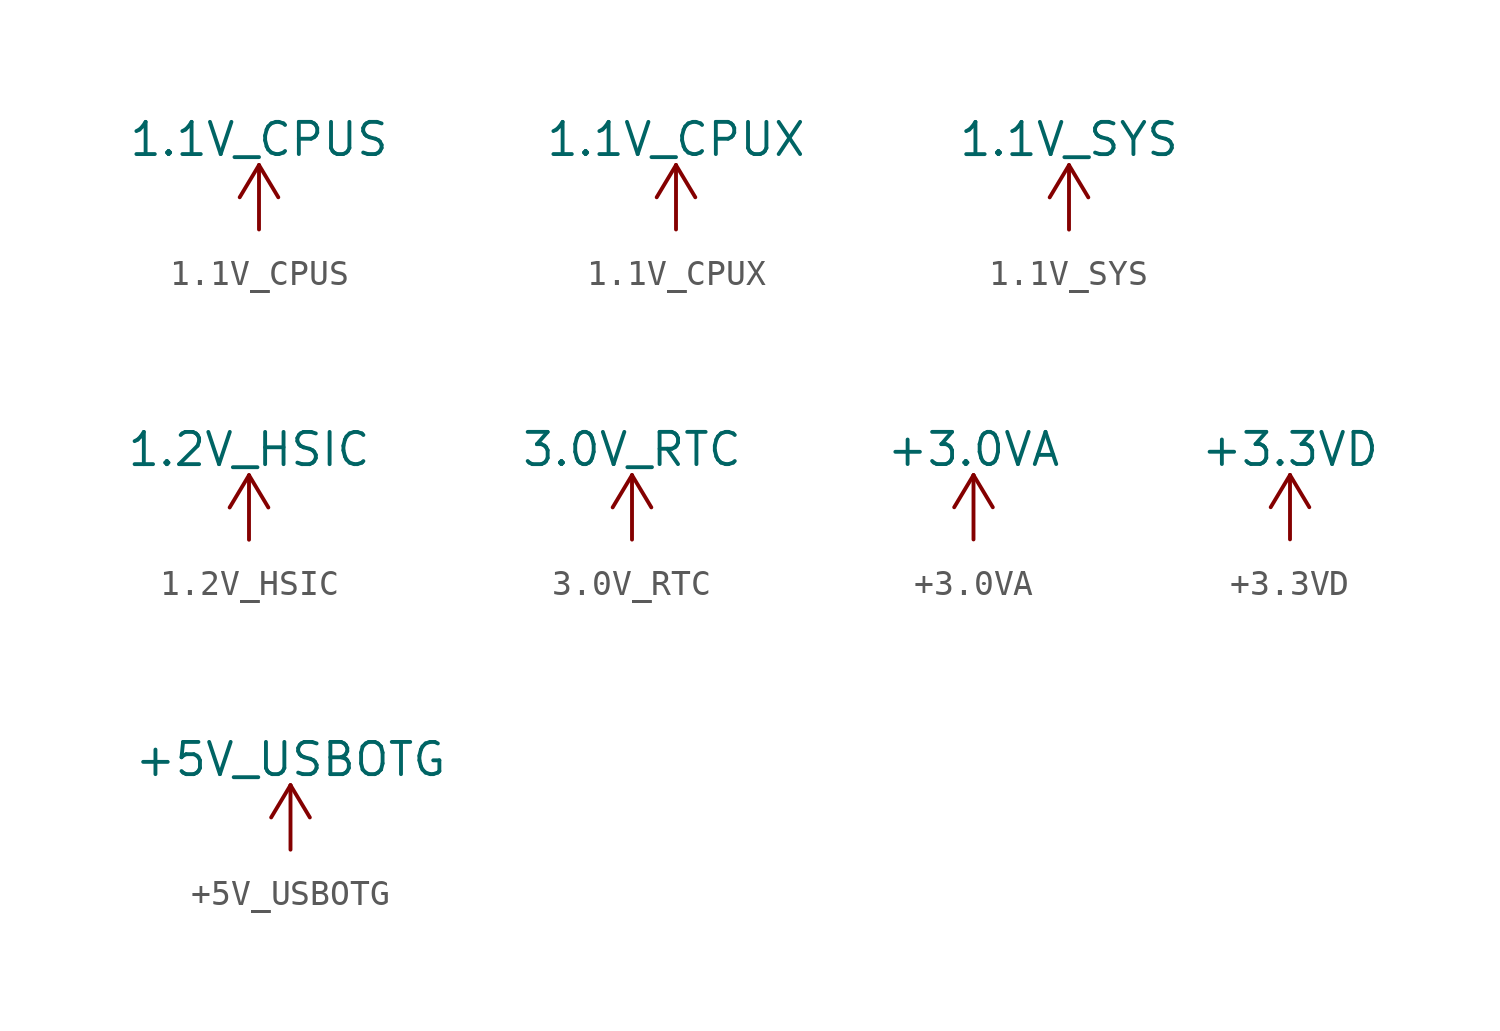
<source format=kicad_sym>
(kicad_symbol_lib
  (version 20241209)
  (generator "kicad_symbol_editor")
  (generator_version "9.0")
  (symbol "1.1V_CPUS"
    (power)
    (pin_names
      (offset 0))
    (property "Reference" "#PWR"
      (at 0 -3.81 0)
      (effects (font (size 1.27 1.27)) (hide yes)))
    (property "Value" "1.1V_CPUS"
      (at 0 3.556 0)
      (effects (font (size 1.27 1.27))))
    (property "Footprint" ""
      (at 0 0 0)
      (effects (font (size 1.524 1.524))))
    (property "Datasheet" ""
      (at 0 0 0)
      (effects (font (size 1.524 1.524))))
    (symbol "1.1V_CPUS_0_1"
      (polyline (pts (xy -0.762 1.27) (xy 0 2.54)) (stroke (width 0) (type solid)) (fill (type none)))
      (polyline (pts (xy 0 2.54) (xy 0.762 1.27)) (stroke (width 0) (type solid)) (fill (type none)))
      (polyline (pts (xy 0 0) (xy 0 2.54)) (stroke (width 0) (type solid)) (fill (type none))))
    (symbol "1.1V_CPUS_1_1"
      (pin power_in line (at 0 0 90) (length 0) (hide yes) (name "1.1V_CPUS" (effects (font (size 1.27 1.27)))) (number "1" (effects (font (size 1.27 1.27)))))))
  (symbol "1.1V_CPUX"
    (power)
    (pin_names
      (offset 0))
    (property "Reference" "#PWR"
      (at 0 -3.81 0)
      (effects (font (size 1.27 1.27)) (hide yes)))
    (property "Value" "1.1V_CPUX"
      (at 0 3.556 0)
      (effects (font (size 1.27 1.27))))
    (property "Footprint" ""
      (at 0 0 0)
      (effects (font (size 1.524 1.524))))
    (property "Datasheet" ""
      (at 0 0 0)
      (effects (font (size 1.524 1.524))))
    (symbol "1.1V_CPUX_0_1"
      (polyline (pts (xy -0.762 1.27) (xy 0 2.54)) (stroke (width 0) (type solid)) (fill (type none)))
      (polyline (pts (xy 0 2.54) (xy 0.762 1.27)) (stroke (width 0) (type solid)) (fill (type none)))
      (polyline (pts (xy 0 0) (xy 0 2.54)) (stroke (width 0) (type solid)) (fill (type none))))
    (symbol "1.1V_CPUX_1_1"
      (pin power_in line (at 0 0 90) (length 0) (hide yes) (name "1.1V_CPUX" (effects (font (size 1.27 1.27)))) (number "1" (effects (font (size 1.27 1.27)))))))
  (symbol "1.1V_SYS"
    (power)
    (pin_names
      (offset 0))
    (property "Reference" "#PWR"
      (at 0 -3.81 0)
      (effects (font (size 1.27 1.27)) (hide yes)))
    (property "Value" "1.1V_SYS"
      (at 0 3.556 0)
      (effects (font (size 1.27 1.27))))
    (property "Footprint" ""
      (at 0 0 0)
      (effects (font (size 1.524 1.524))))
    (property "Datasheet" ""
      (at 0 0 0)
      (effects (font (size 1.524 1.524))))
    (symbol "1.1V_SYS_0_1"
      (polyline (pts (xy -0.762 1.27) (xy 0 2.54)) (stroke (width 0) (type solid)) (fill (type none)))
      (polyline (pts (xy 0 2.54) (xy 0.762 1.27)) (stroke (width 0) (type solid)) (fill (type none)))
      (polyline (pts (xy 0 0) (xy 0 2.54)) (stroke (width 0) (type solid)) (fill (type none))))
    (symbol "1.1V_SYS_1_1"
      (pin power_in line (at 0 0 90) (length 0) (hide yes) (name "1.1V_SYS" (effects (font (size 1.27 1.27)))) (number "1" (effects (font (size 1.27 1.27)))))))
  (symbol "1.2V_HSIC"
    (power)
    (pin_names
      (offset 0))
    (property "Reference" "#PWR"
      (at 0 -3.81 0)
      (effects (font (size 1.27 1.27)) (hide yes)))
    (property "Value" "1.2V_HSIC"
      (at 0 3.556 0)
      (effects (font (size 1.27 1.27))))
    (property "Footprint" ""
      (at 0 0 0)
      (effects (font (size 1.524 1.524))))
    (property "Datasheet" ""
      (at 0 0 0)
      (effects (font (size 1.524 1.524))))
    (symbol "1.2V_HSIC_0_1"
      (polyline (pts (xy -0.762 1.27) (xy 0 2.54)) (stroke (width 0) (type solid)) (fill (type none)))
      (polyline (pts (xy 0 2.54) (xy 0.762 1.27)) (stroke (width 0) (type solid)) (fill (type none)))
      (polyline (pts (xy 0 0) (xy 0 2.54)) (stroke (width 0) (type solid)) (fill (type none))))
    (symbol "1.2V_HSIC_1_1"
      (pin power_in line (at 0 0 90) (length 0) (hide yes) (name "1.2V_HSIC" (effects (font (size 1.27 1.27)))) (number "1" (effects (font (size 1.27 1.27)))))))
  (symbol "3.0V_RTC"
    (power)
    (pin_names
      (offset 0))
    (property "Reference" "#PWR"
      (at 0 -3.81 0)
      (effects (font (size 1.27 1.27)) (hide yes)))
    (property "Value" "3.0V_RTC"
      (at 0 3.556 0)
      (effects (font (size 1.27 1.27))))
    (property "Footprint" ""
      (at 0 0 0)
      (effects (font (size 1.524 1.524))))
    (property "Datasheet" ""
      (at 0 0 0)
      (effects (font (size 1.524 1.524))))
    (symbol "3.0V_RTC_0_1"
      (polyline (pts (xy -0.762 1.27) (xy 0 2.54)) (stroke (width 0) (type solid)) (fill (type none)))
      (polyline (pts (xy 0 2.54) (xy 0.762 1.27)) (stroke (width 0) (type solid)) (fill (type none)))
      (polyline (pts (xy 0 0) (xy 0 2.54)) (stroke (width 0) (type solid)) (fill (type none))))
    (symbol "3.0V_RTC_1_1"
      (pin power_in line (at 0 0 90) (length 0) (hide yes) (name "3.0V_RTC" (effects (font (size 1.27 1.27)))) (number "1" (effects (font (size 1.27 1.27)))))))
  (symbol "+3.0VA"
    (power)
    (pin_names
      (offset 0))
    (property "Reference" "#PWR"
      (at 0 -3.81 0)
      (effects (font (size 1.27 1.27)) (hide yes)))
    (property "Value" "+3.0VA"
      (at 0 3.556 0)
      (effects (font (size 1.27 1.27))))
    (property "Footprint" ""
      (at 0 0 0)
      (effects (font (size 1.524 1.524))))
    (property "Datasheet" ""
      (at 0 0 0)
      (effects (font (size 1.524 1.524))))
    (symbol "+3.0VA_0_1"
      (polyline (pts (xy -0.762 1.27) (xy 0 2.54)) (stroke (width 0) (type solid)) (fill (type none)))
      (polyline (pts (xy 0 2.54) (xy 0.762 1.27)) (stroke (width 0) (type solid)) (fill (type none)))
      (polyline (pts (xy 0 0) (xy 0 2.54)) (stroke (width 0) (type solid)) (fill (type none))))
    (symbol "+3.0VA_1_1"
      (pin power_in line (at 0 0 90) (length 0) (hide yes) (name "+3.0VA" (effects (font (size 1.27 1.27)))) (number "1" (effects (font (size 1.27 1.27)))))))
  (symbol "+3.3VD"
    (power)
    (pin_names
      (offset 0))
    (property "Reference" "#PWR"
      (at 0 -3.81 0)
      (effects (font (size 1.27 1.27)) (hide yes)))
    (property "Value" "+3.3VD"
      (at 0 3.556 0)
      (effects (font (size 1.27 1.27))))
    (property "Footprint" ""
      (at 0 0 0)
      (effects (font (size 1.524 1.524))))
    (property "Datasheet" ""
      (at 0 0 0)
      (effects (font (size 1.524 1.524))))
    (symbol "+3.3VD_0_1"
      (polyline (pts (xy -0.762 1.27) (xy 0 2.54)) (stroke (width 0) (type solid)) (fill (type none)))
      (polyline (pts (xy 0 2.54) (xy 0.762 1.27)) (stroke (width 0) (type solid)) (fill (type none)))
      (polyline (pts (xy 0 0) (xy 0 2.54)) (stroke (width 0) (type solid)) (fill (type none))))
    (symbol "+3.3VD_1_1"
      (pin power_in line (at 0 0 90) (length 0) (hide yes) (name "+3.3VD" (effects (font (size 1.27 1.27)))) (number "1" (effects (font (size 1.27 1.27)))))))
  (symbol "+5V_USBOTG"
    (power)
    (pin_names
      (offset 0))
    (property "Reference" "#PWR"
      (at 0 -3.81 0)
      (effects (font (size 1.27 1.27)) (hide yes)))
    (property "Value" "+5V_USBOTG"
      (at 0 3.556 0)
      (effects (font (size 1.27 1.27))))
    (property "Footprint" ""
      (at 0 0 0)
      (effects (font (size 1.524 1.524))))
    (property "Datasheet" ""
      (at 0 0 0)
      (effects (font (size 1.524 1.524))))
    (symbol "+5V_USBOTG_0_1"
      (polyline (pts (xy -0.762 1.27) (xy 0 2.54)) (stroke (width 0) (type solid)) (fill (type none)))
      (polyline (pts (xy 0 2.54) (xy 0.762 1.27)) (stroke (width 0) (type solid)) (fill (type none)))
      (polyline (pts (xy 0 0) (xy 0 2.54)) (stroke (width 0) (type solid)) (fill (type none))))
    (symbol "+5V_USBOTG_1_1"
      (pin power_in line (at 0 0 90) (length 0) (hide yes) (name "+5V_USBOTG" (effects (font (size 1.27 1.27)))) (number "1" (effects (font (size 1.27 1.27))))))))
</source>
